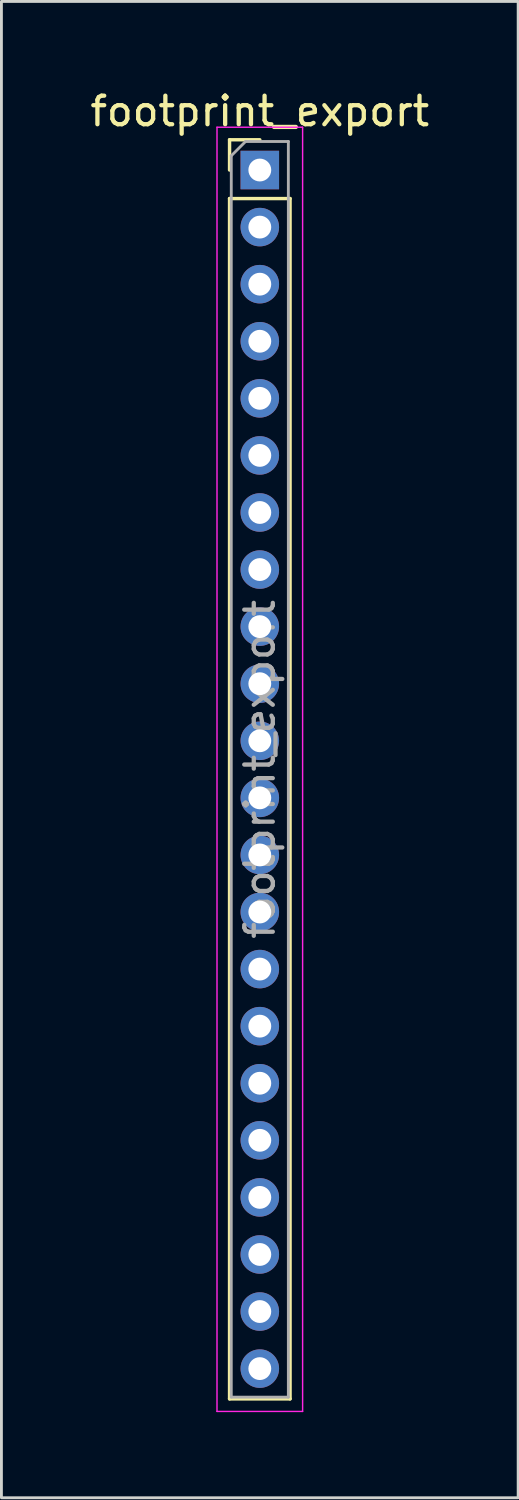
<source format=kicad_pcb>
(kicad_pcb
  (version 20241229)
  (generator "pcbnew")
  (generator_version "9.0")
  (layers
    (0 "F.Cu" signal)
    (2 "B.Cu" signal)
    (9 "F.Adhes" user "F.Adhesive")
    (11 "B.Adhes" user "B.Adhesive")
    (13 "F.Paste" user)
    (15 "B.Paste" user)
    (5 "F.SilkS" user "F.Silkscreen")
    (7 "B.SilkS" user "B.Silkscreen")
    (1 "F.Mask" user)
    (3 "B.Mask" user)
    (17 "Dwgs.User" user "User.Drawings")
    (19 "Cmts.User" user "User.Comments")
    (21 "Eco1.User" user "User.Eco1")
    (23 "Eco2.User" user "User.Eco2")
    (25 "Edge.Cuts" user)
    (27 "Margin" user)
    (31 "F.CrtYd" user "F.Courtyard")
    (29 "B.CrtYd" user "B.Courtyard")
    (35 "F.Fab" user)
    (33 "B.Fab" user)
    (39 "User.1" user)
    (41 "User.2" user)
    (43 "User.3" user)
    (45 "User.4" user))
  (footprint "footprint_export"
    (layer "F.Cu")
    (at 6.054 2.908)
    (property "Reference" "footprint_export" (at 0 -2.06 0) (layer "F.SilkS") (effects (font (size 1 1) (thickness 0.15))))
    (attr through_hole)
    (fp_line (start -1.06 -1.06) (end 0 -1.06) (stroke (width 0.12) (type solid)) (layer "F.SilkS"))
    (fp_line (start -1.06 0) (end -1.06 -1.06) (stroke (width 0.12) (type solid)) (layer "F.SilkS"))
    (fp_line (start -1.06 1) (end -1.06 43.06) (stroke (width 0.12) (type solid)) (layer "F.SilkS"))
    (fp_line (start -1.06 1) (end 1.06 1) (stroke (width 0.12) (type solid)) (layer "F.SilkS"))
    (fp_line (start -1.06 43.06) (end 1.06 43.06) (stroke (width 0.12) (type solid)) (layer "F.SilkS"))
    (fp_line (start 1.06 1) (end 1.06 43.06) (stroke (width 0.12) (type solid)) (layer "F.SilkS"))
    (fp_line (start -1.5 -1.5) (end -1.5 43.5) (stroke (width 0.05) (type solid)) (layer "F.CrtYd"))
    (fp_line (start -1.5 43.5) (end 1.5 43.5) (stroke (width 0.05) (type solid)) (layer "F.CrtYd"))
    (fp_line (start 1.5 -1.5) (end -1.5 -1.5) (stroke (width 0.05) (type solid)) (layer "F.CrtYd"))
    (fp_line (start 1.5 43.5) (end 1.5 -1.5) (stroke (width 0.05) (type solid)) (layer "F.CrtYd"))
    (fp_line (start -1 -0.5) (end -0.5 -1) (stroke (width 0.1) (type solid)) (layer "F.Fab"))
    (fp_line (start -1 43) (end -1 -0.5) (stroke (width 0.1) (type solid)) (layer "F.Fab"))
    (fp_line (start -0.5 -1) (end 1 -1) (stroke (width 0.1) (type solid)) (layer "F.Fab"))
    (fp_line (start 1 -1) (end 1 43) (stroke (width 0.1) (type solid)) (layer "F.Fab"))
    (fp_line (start 1 43) (end -1 43) (stroke (width 0.1) (type solid)) (layer "F.Fab"))
    (fp_text user "${REFERENCE}" (at 0 21 90) (layer "F.Fab") (effects (font (size 1 1) (thickness 0.15))))
    (pad "1" thru_hole rect (at 0 0) (size 1.35 1.35) (drill 0.8) (layers "*.Cu" "*.Mask"))
    (pad "2" thru_hole oval (at 0 2) (size 1.35 1.35) (drill 0.8) (layers "*.Cu" "*.Mask"))
    (pad "3" thru_hole oval (at 0 4) (size 1.35 1.35) (drill 0.8) (layers "*.Cu" "*.Mask"))
    (pad "4" thru_hole oval (at 0 6) (size 1.35 1.35) (drill 0.8) (layers "*.Cu" "*.Mask"))
    (pad "5" thru_hole oval (at 0 8) (size 1.35 1.35) (drill 0.8) (layers "*.Cu" "*.Mask"))
    (pad "6" thru_hole oval (at 0 10) (size 1.35 1.35) (drill 0.8) (layers "*.Cu" "*.Mask"))
    (pad "7" thru_hole oval (at 0 12) (size 1.35 1.35) (drill 0.8) (layers "*.Cu" "*.Mask"))
    (pad "8" thru_hole oval (at 0 14) (size 1.35 1.35) (drill 0.8) (layers "*.Cu" "*.Mask"))
    (pad "9" thru_hole oval (at 0 16) (size 1.35 1.35) (drill 0.8) (layers "*.Cu" "*.Mask"))
    (pad "10" thru_hole oval (at 0 18) (size 1.35 1.35) (drill 0.8) (layers "*.Cu" "*.Mask"))
    (pad "11" thru_hole oval (at 0 20) (size 1.35 1.35) (drill 0.8) (layers "*.Cu" "*.Mask"))
    (pad "12" thru_hole oval (at 0 22) (size 1.35 1.35) (drill 0.8) (layers "*.Cu" "*.Mask"))
    (pad "13" thru_hole oval (at 0 24) (size 1.35 1.35) (drill 0.8) (layers "*.Cu" "*.Mask"))
    (pad "14" thru_hole oval (at 0 26) (size 1.35 1.35) (drill 0.8) (layers "*.Cu" "*.Mask"))
    (pad "15" thru_hole oval (at 0 28) (size 1.35 1.35) (drill 0.8) (layers "*.Cu" "*.Mask"))
    (pad "16" thru_hole oval (at 0 30) (size 1.35 1.35) (drill 0.8) (layers "*.Cu" "*.Mask"))
    (pad "17" thru_hole oval (at 0 32) (size 1.35 1.35) (drill 0.8) (layers "*.Cu" "*.Mask"))
    (pad "18" thru_hole oval (at 0 34) (size 1.35 1.35) (drill 0.8) (layers "*.Cu" "*.Mask"))
    (pad "19" thru_hole oval (at 0 36) (size 1.35 1.35) (drill 0.8) (layers "*.Cu" "*.Mask"))
    (pad "20" thru_hole oval (at 0 38) (size 1.35 1.35) (drill 0.8) (layers "*.Cu" "*.Mask"))
    (pad "21" thru_hole oval (at 0 40) (size 1.35 1.35) (drill 0.8) (layers "*.Cu" "*.Mask"))
    (pad "22" thru_hole oval (at 0 42) (size 1.35 1.35) (drill 0.8) (layers "*.Cu" "*.Mask")))
  (gr_rect
    (start -3 -3)
    (end 15.107 49.433)
    (stroke (width 0.1) (type default))
    (fill no)
    (layer "Edge.Cuts")))
</source>
